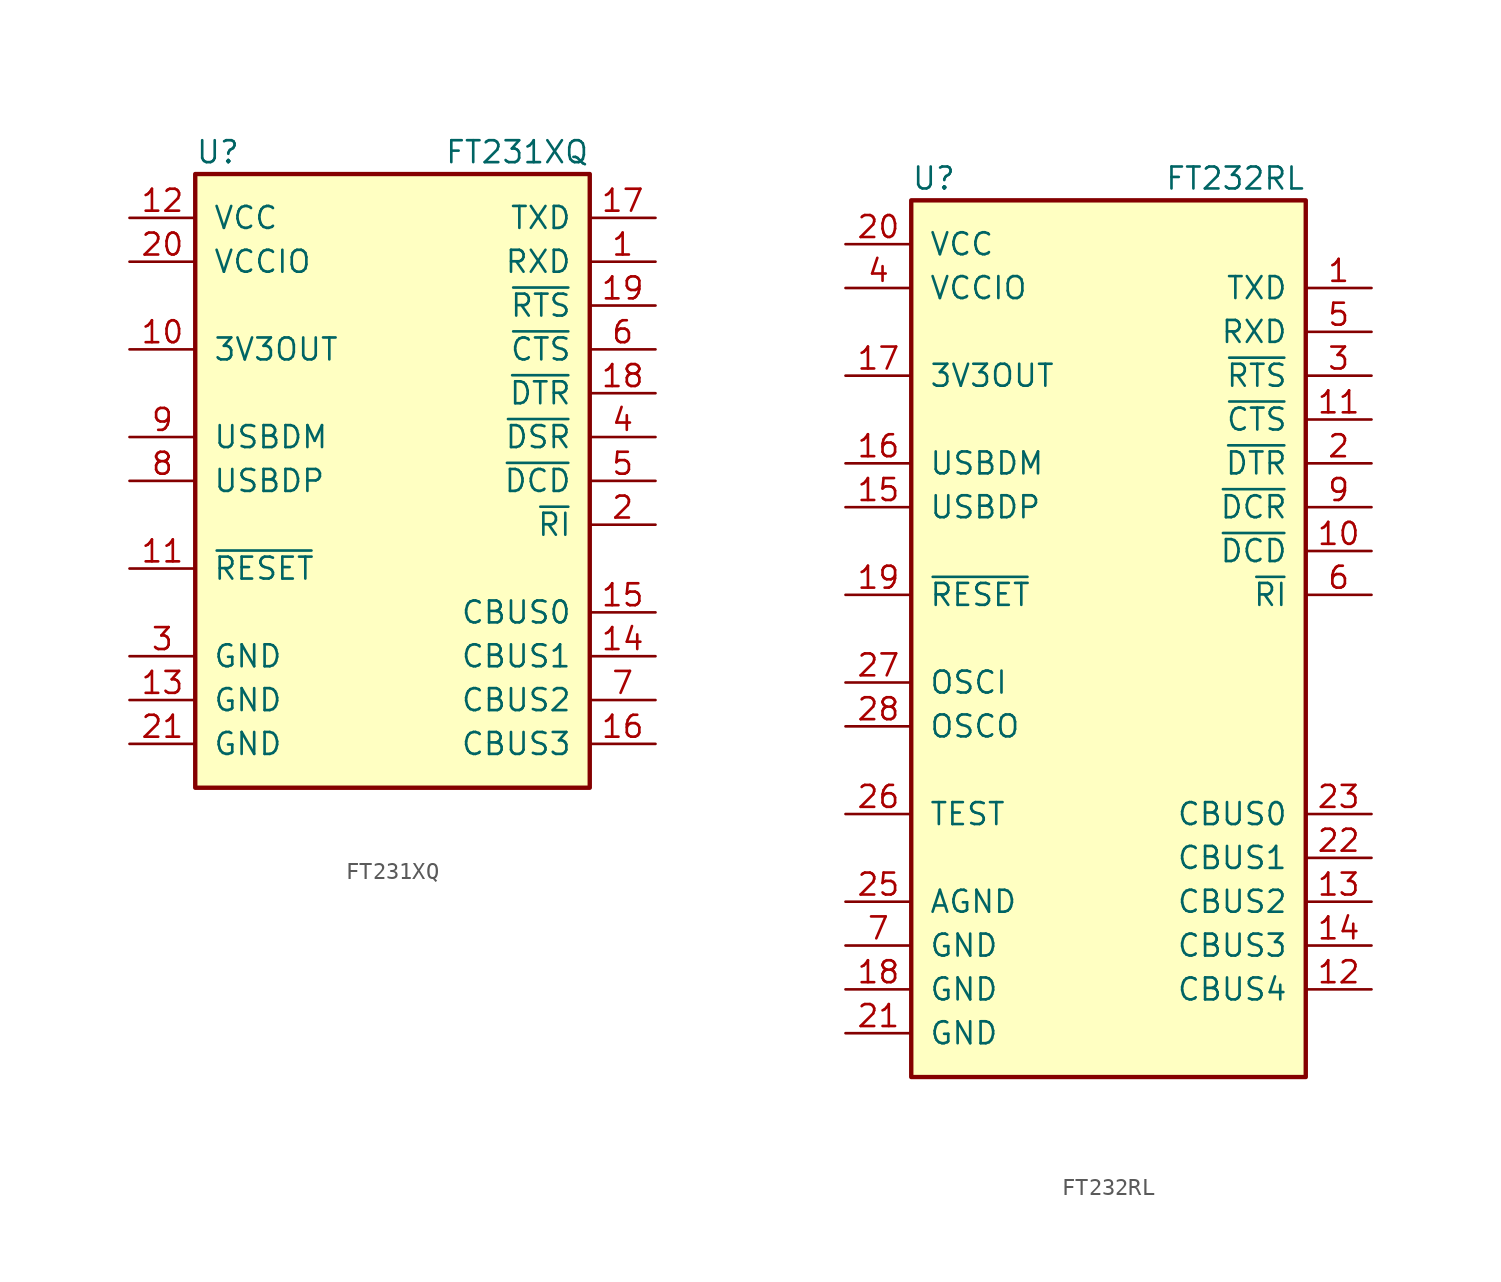
<source format=kicad_sym>
(kicad_symbol_lib
  (version 20211014)
  (generator kicad_symbol_editor)
  (symbol "FT231XQ"
    (pin_names
      (offset 1.016))
    (property "Reference" "U"
      (at -11.43 19.05 0)
      (effects (font (size 1.27 1.27)) (justify left)))
    (property "Value" "FT231XQ"
      (at 11.43 19.05 0)
      (effects (font (size 1.27 1.27)) (justify right)))
    (symbol "FT231XQ_0_1"
      (rectangle (start -11.43 17.78) (end 11.43 -17.78) (stroke (width 0.254) (type default) (color 0 0 0 0)) (fill (type background))))
    (symbol "FT231XQ_1_1"
      (pin input line (at 15.24 12.7 180) (length 3.81) (name "RXD" (effects (font (size 1.27 1.27)))) (number "1" (effects (font (size 1.27 1.27)))))
      (pin power_out line (at -15.24 7.62 0) (length 3.81) (name "3V3OUT" (effects (font (size 1.27 1.27)))) (number "10" (effects (font (size 1.27 1.27)))))
      (pin input line (at -15.24 -5.08 0) (length 3.81) (name "~{RESET}" (effects (font (size 1.27 1.27)))) (number "11" (effects (font (size 1.27 1.27)))))
      (pin power_in line (at -15.24 15.24 0) (length 3.81) (name "VCC" (effects (font (size 1.27 1.27)))) (number "12" (effects (font (size 1.27 1.27)))))
      (pin power_in line (at -15.24 -12.7 0) (length 3.81) (name "GND" (effects (font (size 1.27 1.27)))) (number "13" (effects (font (size 1.27 1.27)))))
      (pin bidirectional line (at 15.24 -10.16 180) (length 3.81) (name "CBUS1" (effects (font (size 1.27 1.27)))) (number "14" (effects (font (size 1.27 1.27)))))
      (pin bidirectional line (at 15.24 -7.62 180) (length 3.81) (name "CBUS0" (effects (font (size 1.27 1.27)))) (number "15" (effects (font (size 1.27 1.27)))))
      (pin bidirectional line (at 15.24 -15.24 180) (length 3.81) (name "CBUS3" (effects (font (size 1.27 1.27)))) (number "16" (effects (font (size 1.27 1.27)))))
      (pin output line (at 15.24 15.24 180) (length 3.81) (name "TXD" (effects (font (size 1.27 1.27)))) (number "17" (effects (font (size 1.27 1.27)))))
      (pin output line (at 15.24 5.08 180) (length 3.81) (name "~{DTR}" (effects (font (size 1.27 1.27)))) (number "18" (effects (font (size 1.27 1.27)))))
      (pin output line (at 15.24 10.16 180) (length 3.81) (name "~{RTS}" (effects (font (size 1.27 1.27)))) (number "19" (effects (font (size 1.27 1.27)))))
      (pin input line (at 15.24 -2.54 180) (length 3.81) (name "~{RI}" (effects (font (size 1.27 1.27)))) (number "2" (effects (font (size 1.27 1.27)))))
      (pin power_in line (at -15.24 12.7 0) (length 3.81) (name "VCCIO" (effects (font (size 1.27 1.27)))) (number "20" (effects (font (size 1.27 1.27)))))
      (pin power_in line (at -15.24 -15.24 0) (length 3.81) (name "GND" (effects (font (size 1.27 1.27)))) (number "21" (effects (font (size 1.27 1.27)))))
      (pin power_in line (at -15.24 -10.16 0) (length 3.81) (name "GND" (effects (font (size 1.27 1.27)))) (number "3" (effects (font (size 1.27 1.27)))))
      (pin input line (at 15.24 2.54 180) (length 3.81) (name "~{DSR}" (effects (font (size 1.27 1.27)))) (number "4" (effects (font (size 1.27 1.27)))))
      (pin input line (at 15.24 0 180) (length 3.81) (name "~{DCD}" (effects (font (size 1.27 1.27)))) (number "5" (effects (font (size 1.27 1.27)))))
      (pin input line (at 15.24 7.62 180) (length 3.81) (name "~{CTS}" (effects (font (size 1.27 1.27)))) (number "6" (effects (font (size 1.27 1.27)))))
      (pin bidirectional line (at 15.24 -12.7 180) (length 3.81) (name "CBUS2" (effects (font (size 1.27 1.27)))) (number "7" (effects (font (size 1.27 1.27)))))
      (pin bidirectional line (at -15.24 0 0) (length 3.81) (name "USBDP" (effects (font (size 1.27 1.27)))) (number "8" (effects (font (size 1.27 1.27)))))
      (pin bidirectional line (at -15.24 2.54 0) (length 3.81) (name "USBDM" (effects (font (size 1.27 1.27)))) (number "9" (effects (font (size 1.27 1.27)))))))
  (symbol "FT232RL"
    (pin_names
      (offset 1.016))
    (property "Reference" "U"
      (at -11.43 26.67 0)
      (effects (font (size 1.27 1.27)) (justify left)))
    (property "Value" "FT232RL"
      (at 11.43 26.67 0)
      (effects (font (size 1.27 1.27)) (justify right)))
    (symbol "FT232RL_0_1"
      (rectangle (start -11.43 25.4) (end 11.43 -25.4) (stroke (width 0.254) (type default) (color 0 0 0 0)) (fill (type background))))
    (symbol "FT232RL_1_1"
      (pin output line (at 15.24 20.32 180) (length 3.81) (name "TXD" (effects (font (size 1.27 1.27)))) (number "1" (effects (font (size 1.27 1.27)))))
      (pin input line (at 15.24 5.08 180) (length 3.81) (name "~{DCD}" (effects (font (size 1.27 1.27)))) (number "10" (effects (font (size 1.27 1.27)))))
      (pin input line (at 15.24 12.7 180) (length 3.81) (name "~{CTS}" (effects (font (size 1.27 1.27)))) (number "11" (effects (font (size 1.27 1.27)))))
      (pin bidirectional line (at 15.24 -20.32 180) (length 3.81) (name "CBUS4" (effects (font (size 1.27 1.27)))) (number "12" (effects (font (size 1.27 1.27)))))
      (pin bidirectional line (at 15.24 -15.24 180) (length 3.81) (name "CBUS2" (effects (font (size 1.27 1.27)))) (number "13" (effects (font (size 1.27 1.27)))))
      (pin bidirectional line (at 15.24 -17.78 180) (length 3.81) (name "CBUS3" (effects (font (size 1.27 1.27)))) (number "14" (effects (font (size 1.27 1.27)))))
      (pin bidirectional line (at -15.24 7.62 0) (length 3.81) (name "USBDP" (effects (font (size 1.27 1.27)))) (number "15" (effects (font (size 1.27 1.27)))))
      (pin bidirectional line (at -15.24 10.16 0) (length 3.81) (name "USBDM" (effects (font (size 1.27 1.27)))) (number "16" (effects (font (size 1.27 1.27)))))
      (pin power_out line (at -15.24 15.24 0) (length 3.81) (name "3V3OUT" (effects (font (size 1.27 1.27)))) (number "17" (effects (font (size 1.27 1.27)))))
      (pin power_in line (at -15.24 -20.32 0) (length 3.81) (name "GND" (effects (font (size 1.27 1.27)))) (number "18" (effects (font (size 1.27 1.27)))))
      (pin input line (at -15.24 2.54 0) (length 3.81) (name "~{RESET}" (effects (font (size 1.27 1.27)))) (number "19" (effects (font (size 1.27 1.27)))))
      (pin output line (at 15.24 10.16 180) (length 3.81) (name "~{DTR}" (effects (font (size 1.27 1.27)))) (number "2" (effects (font (size 1.27 1.27)))))
      (pin power_in line (at -15.24 22.86 0) (length 3.81) (name "VCC" (effects (font (size 1.27 1.27)))) (number "20" (effects (font (size 1.27 1.27)))))
      (pin power_in line (at -15.24 -22.86 0) (length 3.81) (name "GND" (effects (font (size 1.27 1.27)))) (number "21" (effects (font (size 1.27 1.27)))))
      (pin bidirectional line (at 15.24 -12.7 180) (length 3.81) (name "CBUS1" (effects (font (size 1.27 1.27)))) (number "22" (effects (font (size 1.27 1.27)))))
      (pin bidirectional line (at 15.24 -10.16 180) (length 3.81) (name "CBUS0" (effects (font (size 1.27 1.27)))) (number "23" (effects (font (size 1.27 1.27)))))
      (pin power_in line (at -15.24 -15.24 0) (length 3.81) (name "AGND" (effects (font (size 1.27 1.27)))) (number "25" (effects (font (size 1.27 1.27)))))
      (pin input line (at -15.24 -10.16 0) (length 3.81) (name "TEST" (effects (font (size 1.27 1.27)))) (number "26" (effects (font (size 1.27 1.27)))))
      (pin input line (at -15.24 -2.54 0) (length 3.81) (name "OSCI" (effects (font (size 1.27 1.27)))) (number "27" (effects (font (size 1.27 1.27)))))
      (pin output line (at -15.24 -5.08 0) (length 3.81) (name "OSCO" (effects (font (size 1.27 1.27)))) (number "28" (effects (font (size 1.27 1.27)))))
      (pin output line (at 15.24 15.24 180) (length 3.81) (name "~{RTS}" (effects (font (size 1.27 1.27)))) (number "3" (effects (font (size 1.27 1.27)))))
      (pin power_in line (at -15.24 20.32 0) (length 3.81) (name "VCCIO" (effects (font (size 1.27 1.27)))) (number "4" (effects (font (size 1.27 1.27)))))
      (pin input line (at 15.24 17.78 180) (length 3.81) (name "RXD" (effects (font (size 1.27 1.27)))) (number "5" (effects (font (size 1.27 1.27)))))
      (pin input line (at 15.24 2.54 180) (length 3.81) (name "~{RI}" (effects (font (size 1.27 1.27)))) (number "6" (effects (font (size 1.27 1.27)))))
      (pin power_in line (at -15.24 -17.78 0) (length 3.81) (name "GND" (effects (font (size 1.27 1.27)))) (number "7" (effects (font (size 1.27 1.27)))))
      (pin input line (at 15.24 7.62 180) (length 3.81) (name "~{DCR}" (effects (font (size 1.27 1.27)))) (number "9" (effects (font (size 1.27 1.27))))))))
</source>
